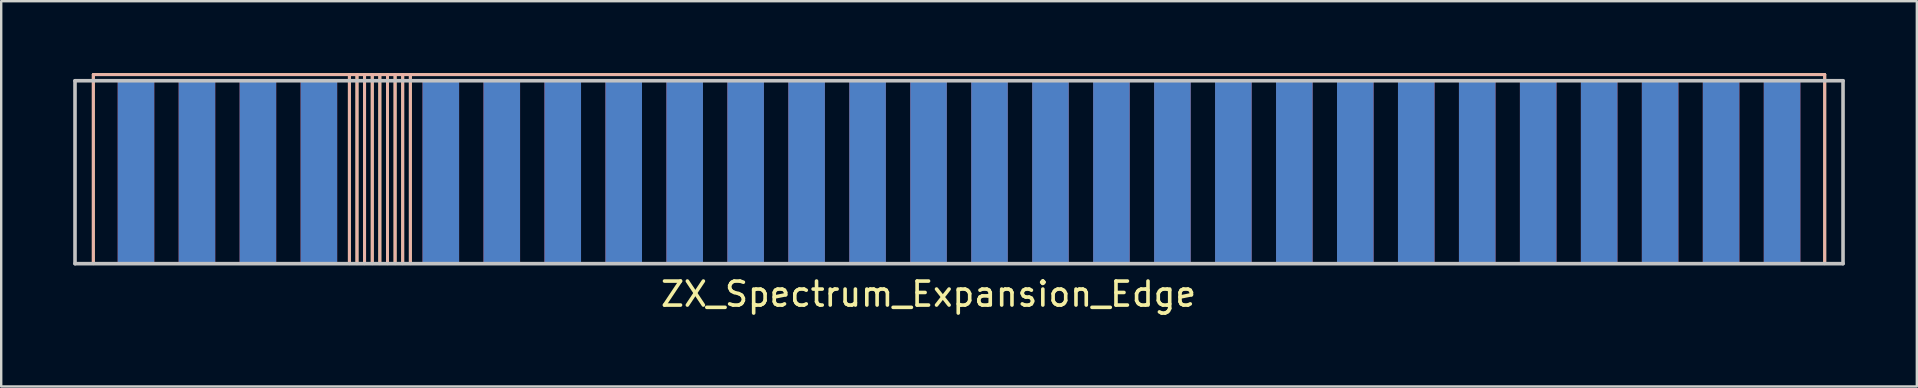
<source format=kicad_pcb>
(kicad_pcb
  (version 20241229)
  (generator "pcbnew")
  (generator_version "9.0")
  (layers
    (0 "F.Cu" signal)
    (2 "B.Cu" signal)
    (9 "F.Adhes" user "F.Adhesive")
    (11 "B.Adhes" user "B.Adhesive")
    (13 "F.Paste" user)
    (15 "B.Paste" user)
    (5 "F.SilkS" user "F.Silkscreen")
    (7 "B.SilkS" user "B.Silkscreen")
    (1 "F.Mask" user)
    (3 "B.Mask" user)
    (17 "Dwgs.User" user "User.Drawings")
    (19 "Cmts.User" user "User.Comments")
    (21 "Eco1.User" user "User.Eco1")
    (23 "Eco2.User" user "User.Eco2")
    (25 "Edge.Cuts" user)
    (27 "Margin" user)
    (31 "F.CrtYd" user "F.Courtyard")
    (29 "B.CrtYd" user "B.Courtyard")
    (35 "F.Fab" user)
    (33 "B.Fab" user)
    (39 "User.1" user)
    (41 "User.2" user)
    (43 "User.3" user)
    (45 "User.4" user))
  (footprint "ZX_Spectrum_Expansion_Edge"
    (layer "F.Cu")
    (at 35.635 4.124)
    (property "Reference" "ZX_Spectrum_Expansion_Edge" (at 0 5.08 0) (layer "F.SilkS") (effects (font (size 1 1) (thickness 0.15))))
    (attr through_hole)
    (fp_line (start -34.798 -4.064) (end -34.798 3.81) (stroke (width 0.12) (type solid)) (layer "F.SilkS"))
    (fp_line (start -34.798 -4.064) (end 37.338 -4.064) (stroke (width 0.12) (type solid)) (layer "F.SilkS"))
    (fp_line (start -24.13 -4.064) (end -24.13 3.81) (stroke (width 0.12) (type solid)) (layer "F.SilkS"))
    (fp_line (start -23.812 3.81) (end -23.812 -4.064) (stroke (width 0.12) (type solid)) (layer "F.SilkS"))
    (fp_line (start -23.495 3.81) (end -23.495 -4.064) (stroke (width 0.12) (type solid)) (layer "F.SilkS"))
    (fp_line (start -23.177 3.81) (end -23.177 -4.064) (stroke (width 0.12) (type solid)) (layer "F.SilkS"))
    (fp_line (start -22.86 -4.064) (end -22.86 3.81) (stroke (width 0.12) (type solid)) (layer "F.SilkS"))
    (fp_line (start -22.543 -4.064) (end -22.543 3.81) (stroke (width 0.12) (type solid)) (layer "F.SilkS"))
    (fp_line (start -22.225 3.81) (end -22.225 -4.064) (stroke (width 0.12) (type solid)) (layer "F.SilkS"))
    (fp_line (start -21.907 -4.064) (end -21.907 3.81) (stroke (width 0.12) (type solid)) (layer "F.SilkS"))
    (fp_line (start -21.59 3.81) (end -21.59 -4.064) (stroke (width 0.12) (type solid)) (layer "F.SilkS"))
    (fp_line (start 37.338 3.81) (end 37.338 -4.064) (stroke (width 0.12) (type solid)) (layer "F.SilkS"))
    (fp_line (start -34.798 -4.064) (end -34.798 3.81) (stroke (width 0.12) (type solid)) (layer "B.SilkS"))
    (fp_line (start -34.798 -4.064) (end 37.338 -4.064) (stroke (width 0.12) (type solid)) (layer "B.SilkS"))
    (fp_line (start -24.13 3.81) (end -24.13 -4.064) (stroke (width 0.12) (type solid)) (layer "B.SilkS"))
    (fp_line (start -23.812 -4.064) (end -23.812 3.81) (stroke (width 0.12) (type solid)) (layer "B.SilkS"))
    (fp_line (start -23.495 -4.064) (end -23.495 3.81) (stroke (width 0.12) (type solid)) (layer "B.SilkS"))
    (fp_line (start -23.177 -4.064) (end -23.177 3.81) (stroke (width 0.12) (type solid)) (layer "B.SilkS"))
    (fp_line (start -22.86 3.81) (end -22.86 -4.064) (stroke (width 0.12) (type solid)) (layer "B.SilkS"))
    (fp_line (start -22.543 3.81) (end -22.543 -4.064) (stroke (width 0.12) (type solid)) (layer "B.SilkS"))
    (fp_line (start -22.225 -4.064) (end -22.225 3.81) (stroke (width 0.12) (type solid)) (layer "B.SilkS"))
    (fp_line (start -21.907 3.81) (end -21.907 -4.064) (stroke (width 0.12) (type solid)) (layer "B.SilkS"))
    (fp_line (start -21.59 -4.064) (end -21.59 3.81) (stroke (width 0.12) (type solid)) (layer "B.SilkS"))
    (fp_line (start 37.338 3.81) (end 37.338 -4.064) (stroke (width 0.12) (type solid)) (layer "B.SilkS"))
    (fp_line (start -35.56 -3.81) (end 38.1 -3.81) (stroke (width 0.15) (type solid)) (layer "Dwgs.User"))
    (fp_line (start -35.56 3.81) (end -35.56 -3.81) (stroke (width 0.15) (type solid)) (layer "Dwgs.User"))
    (fp_line (start 38.1 -3.81) (end 38.1 3.81) (stroke (width 0.15) (type solid)) (layer "Dwgs.User"))
    (fp_line (start 38.1 3.81) (end -35.56 3.81) (stroke (width 0.15) (type solid)) (layer "Dwgs.User"))
    (pad "A1" smd rect (at -33.02 0) (size 1.524 7.62) (layers "F.Cu" "F.Mask" "F.Paste"))
    (pad "A2" smd rect (at -30.48 0) (size 1.524 7.62) (layers "F.Cu" "F.Mask" "F.Paste"))
    (pad "A3" smd rect (at -27.94 0) (size 1.524 7.62) (layers "F.Cu" "F.Mask" "F.Paste"))
    (pad "A4" smd rect (at -25.4 0) (size 1.524 7.62) (layers "F.Cu" "F.Mask" "F.Paste"))
    (pad "A6" smd rect (at -20.32 0) (size 1.524 7.62) (layers "F.Cu" "F.Mask" "F.Paste"))
    (pad "A7" smd rect (at -17.78 0) (size 1.524 7.62) (layers "F.Cu" "F.Mask" "F.Paste"))
    (pad "A8" smd rect (at -15.24 0) (size 1.524 7.62) (layers "F.Cu" "F.Mask" "F.Paste"))
    (pad "A9" smd rect (at -12.7 0) (size 1.524 7.62) (layers "F.Cu" "F.Mask" "F.Paste"))
    (pad "A10" smd rect (at -10.16 0) (size 1.524 7.62) (layers "F.Cu" "F.Mask" "F.Paste"))
    (pad "A11" smd rect (at -7.62 0) (size 1.524 7.62) (layers "F.Cu" "F.Mask" "F.Paste"))
    (pad "A12" smd rect (at -5.08 0) (size 1.524 7.62) (layers "F.Cu" "F.Mask" "F.Paste"))
    (pad "A13" smd rect (at -2.54 0) (size 1.524 7.62) (layers "F.Cu" "F.Mask" "F.Paste"))
    (pad "A14" smd rect (at 0 0) (size 1.524 7.62) (layers "F.Cu" "F.Mask" "F.Paste"))
    (pad "A15" smd rect (at 2.54 0) (size 1.524 7.62) (layers "F.Cu" "F.Mask" "F.Paste"))
    (pad "A16" smd rect (at 5.08 0) (size 1.524 7.62) (layers "F.Cu" "F.Mask" "F.Paste"))
    (pad "A17" smd rect (at 7.62 0) (size 1.524 7.62) (layers "F.Cu" "F.Mask" "F.Paste"))
    (pad "A18" smd rect (at 10.16 0) (size 1.524 7.62) (layers "F.Cu" "F.Mask" "F.Paste"))
    (pad "A19" smd rect (at 12.7 0) (size 1.524 7.62) (layers "F.Cu" "F.Mask" "F.Paste"))
    (pad "A20" smd rect (at 15.24 0) (size 1.524 7.62) (layers "F.Cu" "F.Mask" "F.Paste"))
    (pad "A21" smd rect (at 17.78 0) (size 1.524 7.62) (layers "F.Cu" "F.Mask" "F.Paste"))
    (pad "A22" smd rect (at 20.32 0) (size 1.524 7.62) (layers "F.Cu" "F.Mask" "F.Paste"))
    (pad "A23" smd rect (at 22.86 0) (size 1.524 7.62) (layers "F.Cu" "F.Mask" "F.Paste"))
    (pad "A24" smd rect (at 25.4 0) (size 1.524 7.62) (layers "F.Cu" "F.Mask" "F.Paste"))
    (pad "A25" smd rect (at 27.94 0) (size 1.524 7.62) (layers "F.Cu" "F.Mask" "F.Paste"))
    (pad "A26" smd rect (at 30.48 0) (size 1.524 7.62) (layers "F.Cu" "F.Mask" "F.Paste"))
    (pad "A27" smd rect (at 33.02 0) (size 1.524 7.62) (layers "F.Cu" "F.Mask" "F.Paste"))
    (pad "A28" smd rect (at 35.56 0) (size 1.524 7.62) (layers "F.Cu" "F.Mask" "F.Paste"))
    (pad "B1" smd rect (at -33.02 0) (size 1.524 7.62) (layers "B.Cu" "B.Mask" "B.Paste"))
    (pad "B2" smd rect (at -30.48 0) (size 1.524 7.62) (layers "B.Cu" "B.Mask" "B.Paste"))
    (pad "B3" smd rect (at -27.94 0) (size 1.524 7.62) (layers "B.Cu" "B.Mask" "B.Paste"))
    (pad "B4" smd rect (at -25.4 0) (size 1.524 7.62) (layers "B.Cu" "B.Mask" "B.Paste"))
    (pad "B6" smd rect (at -20.32 0) (size 1.524 7.62) (layers "B.Cu" "B.Mask" "B.Paste"))
    (pad "B7" smd rect (at -17.78 0) (size 1.524 7.62) (layers "B.Cu" "B.Mask" "B.Paste"))
    (pad "B8" smd rect (at -15.24 0) (size 1.524 7.62) (layers "B.Cu" "B.Mask" "B.Paste"))
    (pad "B9" smd rect (at -12.7 0) (size 1.524 7.62) (layers "B.Cu" "B.Mask" "B.Paste"))
    (pad "B10" smd rect (at -10.16 0) (size 1.524 7.62) (layers "B.Cu" "B.Mask" "B.Paste"))
    (pad "B11" smd rect (at -7.62 0) (size 1.524 7.62) (layers "B.Cu" "B.Mask" "B.Paste"))
    (pad "B12" smd rect (at -5.08 0) (size 1.524 7.62) (layers "B.Cu" "B.Mask" "B.Paste"))
    (pad "B13" smd rect (at -2.54 0) (size 1.524 7.62) (layers "B.Cu" "B.Mask" "B.Paste"))
    (pad "B14" smd rect (at 0 0) (size 1.524 7.62) (layers "B.Cu" "B.Mask" "B.Paste"))
    (pad "B15" smd rect (at 2.54 0) (size 1.524 7.62) (layers "B.Cu" "B.Mask" "B.Paste"))
    (pad "B16" smd rect (at 5.08 0) (size 1.524 7.62) (layers "B.Cu" "B.Mask" "B.Paste"))
    (pad "B17" smd rect (at 7.62 0) (size 1.524 7.62) (layers "B.Cu" "B.Mask" "B.Paste"))
    (pad "B18" smd rect (at 10.16 0) (size 1.524 7.62) (layers "B.Cu" "B.Mask" "B.Paste"))
    (pad "B19" smd rect (at 12.7 0) (size 1.524 7.62) (layers "B.Cu" "B.Mask" "B.Paste"))
    (pad "B20" smd rect (at 15.24 0) (size 1.524 7.62) (layers "B.Cu" "B.Mask" "B.Paste"))
    (pad "B21" smd rect (at 17.78 0) (size 1.524 7.62) (layers "B.Cu" "B.Mask" "B.Paste"))
    (pad "B22" smd rect (at 20.32 0) (size 1.524 7.62) (layers "B.Cu" "B.Mask" "B.Paste"))
    (pad "B23" smd rect (at 22.86 0) (size 1.524 7.62) (layers "B.Cu" "B.Mask" "B.Paste"))
    (pad "B24" smd rect (at 25.4 0) (size 1.524 7.62) (layers "B.Cu" "B.Mask" "B.Paste"))
    (pad "B25" smd rect (at 27.94 0) (size 1.524 7.62) (layers "B.Cu" "B.Mask" "B.Paste"))
    (pad "B26" smd rect (at 30.48 0) (size 1.524 7.62) (layers "B.Cu" "B.Mask" "B.Paste"))
    (pad "B27" smd rect (at 33.02 0) (size 1.524 7.62) (layers "B.Cu" "B.Mask" "B.Paste"))
    (pad "B28" smd rect (at 35.56 0) (size 1.524 7.62) (layers "B.Cu" "B.Mask" "B.Paste")))
  (gr_rect
    (start -3 -3)
    (end 76.81 13.052)
    (stroke (width 0.1) (type default))
    (fill no)
    (layer "Edge.Cuts")))
</source>
